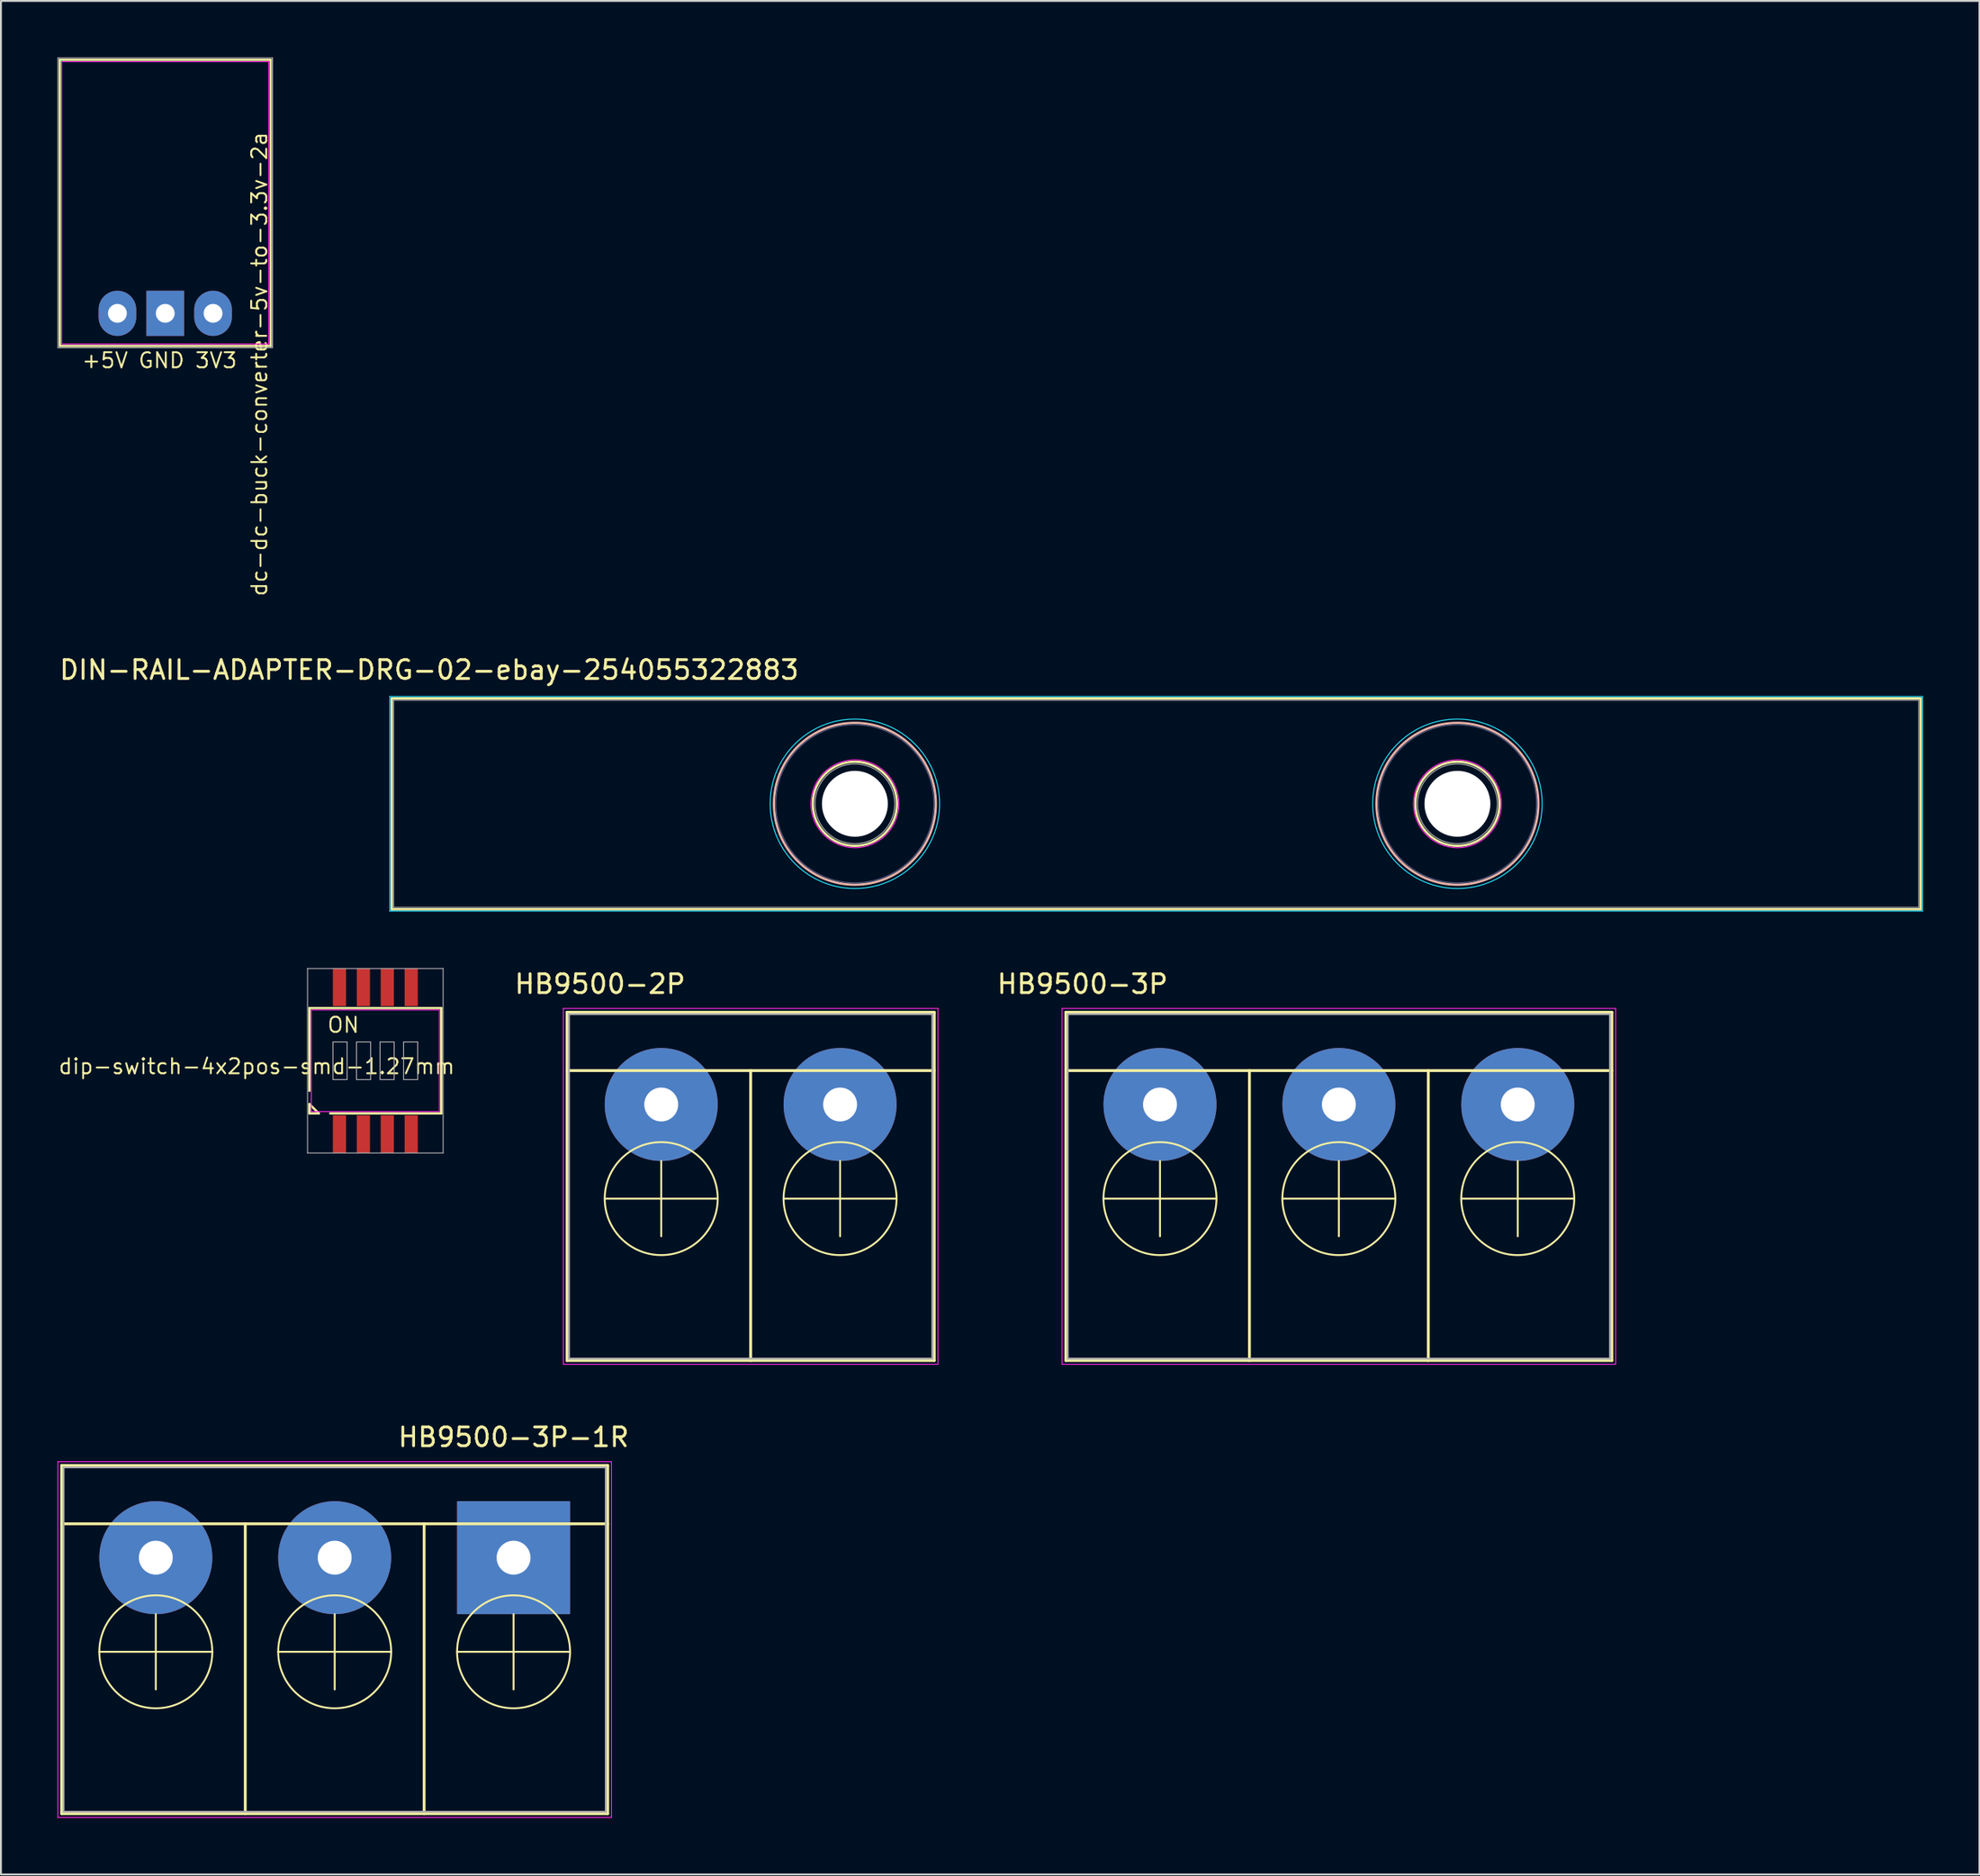
<source format=kicad_pcb>
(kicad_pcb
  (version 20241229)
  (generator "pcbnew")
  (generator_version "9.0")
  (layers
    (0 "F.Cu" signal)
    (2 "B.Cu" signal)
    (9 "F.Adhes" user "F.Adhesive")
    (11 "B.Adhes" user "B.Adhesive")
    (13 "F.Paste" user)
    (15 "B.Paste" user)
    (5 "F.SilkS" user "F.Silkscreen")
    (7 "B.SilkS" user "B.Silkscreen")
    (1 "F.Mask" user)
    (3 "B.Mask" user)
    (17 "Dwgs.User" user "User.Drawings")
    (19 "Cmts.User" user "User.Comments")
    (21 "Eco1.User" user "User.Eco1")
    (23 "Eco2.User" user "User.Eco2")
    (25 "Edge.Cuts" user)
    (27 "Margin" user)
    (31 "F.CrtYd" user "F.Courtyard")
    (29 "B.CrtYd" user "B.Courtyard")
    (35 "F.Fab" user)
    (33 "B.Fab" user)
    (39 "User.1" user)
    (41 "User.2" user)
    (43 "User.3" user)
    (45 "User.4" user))
  (footprint "DIN-RAIL-ADAPTER-DRG-02-ebay-254055322883"
    (layer "F.Cu")
    (at 58.352 39.649)
    (property "Reference" "DIN-RAIL-ADAPTER-DRG-02-ebay-254055322883" (at -38.608 -7.112 0) (layer "F.SilkS") (effects (font (size 1 1) (thickness 0.15))))
    (attr through_hole)
    (fp_line (start -40.6 -5.6) (end 40.6 -5.6) (stroke (width 0.12) (type solid)) (layer "F.SilkS"))
    (fp_line (start -40.6 5.6) (end -40.6 -5.6) (stroke (width 0.12) (type solid)) (layer "F.SilkS"))
    (fp_line (start 40.6 -5.6) (end 40.6 5.6) (stroke (width 0.12) (type solid)) (layer "F.SilkS"))
    (fp_line (start 40.6 5.6) (end -40.6 5.6) (stroke (width 0.12) (type solid)) (layer "F.SilkS"))
    (fp_circle (center -16 0) (end -13.764 0) (stroke (width 0.12) (type solid)) (fill no) (layer "F.SilkS"))
    (fp_circle (center 16 0) (end 18.236 0) (stroke (width 0.12) (type solid)) (fill no) (layer "F.SilkS"))
    (fp_circle (center -16 0) (end -11.7 0) (stroke (width 0.12) (type solid)) (fill no) (layer "B.SilkS"))
    (fp_circle (center 16 0) (end 20.3 0) (stroke (width 0.12) (type solid)) (fill no) (layer "B.SilkS"))
    (fp_line (start -40.7 -5.7) (end 40.7 -5.7) (stroke (width 0.05) (type solid)) (layer "B.CrtYd"))
    (fp_line (start -40.7 5.7) (end -40.7 -5.7) (stroke (width 0.05) (type solid)) (layer "B.CrtYd"))
    (fp_line (start 40.7 -5.7) (end 40.7 5.7) (stroke (width 0.05) (type solid)) (layer "B.CrtYd"))
    (fp_line (start 40.7 5.7) (end -40.7 5.7) (stroke (width 0.05) (type solid)) (layer "B.CrtYd"))
    (fp_circle (center -16 0) (end -11.5 0) (stroke (width 0.05) (type solid)) (fill no) (layer "B.CrtYd"))
    (fp_circle (center 16 0) (end 20.5 0) (stroke (width 0.05) (type solid)) (fill no) (layer "B.CrtYd"))
    (fp_circle (center -16 0) (end -18.3 -0.4) (stroke (width 0.05) (type solid)) (fill no) (layer "F.CrtYd"))
    (fp_circle (center 16 0) (end 13.7 -0.4) (stroke (width 0.05) (type solid)) (fill no) (layer "F.CrtYd"))
    (fp_circle (center -16 0) (end -11.8 0) (stroke (width 0.05) (type solid)) (fill no) (layer "B.Fab"))
    (fp_circle (center 16 0) (end 20.2 0) (stroke (width 0.05) (type solid)) (fill no) (layer "B.Fab"))
    (fp_line (start -40.5 -5.5) (end 40.5 -5.5) (stroke (width 0.05) (type solid)) (layer "F.Fab"))
    (fp_line (start -40.5 5.5) (end -40.5 -5.5) (stroke (width 0.05) (type solid)) (layer "F.Fab"))
    (fp_line (start 40.5 -5.5) (end 40.5 5.5) (stroke (width 0.05) (type solid)) (layer "F.Fab"))
    (fp_line (start 40.5 5.5) (end -40.5 5.5) (stroke (width 0.05) (type solid)) (layer "F.Fab"))
    (fp_circle (center -16 0) (end -18 -0.7) (stroke (width 0.05) (type solid)) (fill no) (layer "F.Fab"))
    (fp_circle (center 16 0) (end 14 -0.7) (stroke (width 0.05) (type solid)) (fill no) (layer "F.Fab"))
    (pad "" np_thru_hole circle (at -16 0) (size 3.5 3.5) (drill 3.5) (layers "*.Cu" "*.Mask"))
    (pad "" np_thru_hole circle (at 16 0) (size 3.5 3.5) (drill 3.5) (layers "*.Cu" "*.Mask")))
  (footprint "HB9500-2P"
    (layer "F.Cu")
    (at 32.067 55.623)
    (property "Reference" "HB9500-2P" (at -3.25 -6.401 0) (layer "F.SilkS") (effects (font (size 1 1) (thickness 0.15))))
    (attr through_hole)
    (fp_line (start -5 -4.9) (end 14.5 -4.9) (stroke (width 0.15) (type solid)) (layer "F.SilkS"))
    (fp_line (start -5 -1.8) (end 14.5 -1.8) (stroke (width 0.15) (type solid)) (layer "F.SilkS"))
    (fp_line (start -5 13.6) (end -5 -4.9) (stroke (width 0.15) (type solid)) (layer "F.SilkS"))
    (fp_line (start -5 13.6) (end 14.5 13.6) (stroke (width 0.15) (type solid)) (layer "F.SilkS"))
    (fp_line (start -3 5) (end 3 5) (stroke (width 0.1) (type solid)) (layer "F.SilkS"))
    (fp_line (start 0 7) (end 0 3) (stroke (width 0.1) (type solid)) (layer "F.SilkS"))
    (fp_line (start 4.75 -1.8) (end 4.75 13.6) (stroke (width 0.15) (type solid)) (layer "F.SilkS"))
    (fp_line (start 6.5 5) (end 12.5 5) (stroke (width 0.1) (type solid)) (layer "F.SilkS"))
    (fp_line (start 9.5 7) (end 9.5 3) (stroke (width 0.1) (type solid)) (layer "F.SilkS"))
    (fp_line (start 14.5 13.6) (end 14.5 -4.9) (stroke (width 0.15) (type solid)) (layer "F.SilkS"))
    (fp_circle (center 0 5) (end 3 5) (stroke (width 0.1) (type solid)) (fill no) (layer "F.SilkS"))
    (fp_circle (center 9.5 5) (end 12.5 5) (stroke (width 0.1) (type solid)) (fill no) (layer "F.SilkS"))
    (fp_line (start -5.2 -5.1) (end -5.2 13.8) (stroke (width 0.05) (type solid)) (layer "F.CrtYd"))
    (fp_line (start -5.2 -5.1) (end 14.7 -5.1) (stroke (width 0.05) (type solid)) (layer "F.CrtYd"))
    (fp_line (start -5.2 13.8) (end 14.7 13.8) (stroke (width 0.05) (type solid)) (layer "F.CrtYd"))
    (fp_line (start 14.7 -5.1) (end 14.7 13.8) (stroke (width 0.05) (type solid)) (layer "F.CrtYd"))
    (fp_line (start -4.9 -4.8) (end -4.9 13.5) (stroke (width 0.1) (type solid)) (layer "F.Fab"))
    (fp_line (start -4.9 -4.8) (end 14.4 -4.8) (stroke (width 0.1) (type solid)) (layer "F.Fab"))
    (fp_line (start -4.9 13.5) (end 14.4 13.5) (stroke (width 0.1) (type solid)) (layer "F.Fab"))
    (fp_line (start 14.4 -4.8) (end 14.4 13.5) (stroke (width 0.1) (type solid)) (layer "F.Fab"))
    (pad "1" thru_hole circle (at 0 0) (size 6 6) (drill 1.8) (layers "*.Cu" "*.Mask"))
    (pad "2" thru_hole circle (at 9.5 0) (size 6 6) (drill 1.8) (layers "*.Cu" "*.Mask")))
  (footprint "HB9500-3P"
    (layer "F.Cu")
    (at 68.056 55.623)
    (property "Reference" "HB9500-3P" (at -13.614 -6.401 0) (layer "F.SilkS") (effects (font (size 1 1) (thickness 0.15))))
    (attr through_hole)
    (fp_line (start -14.5 -4.9) (end 14.5 -4.9) (stroke (width 0.15) (type solid)) (layer "F.SilkS"))
    (fp_line (start -14.5 -1.8) (end 14.5 -1.8) (stroke (width 0.15) (type solid)) (layer "F.SilkS"))
    (fp_line (start -14.5 13.6) (end -14.5 -4.9) (stroke (width 0.15) (type solid)) (layer "F.SilkS"))
    (fp_line (start -14.5 13.6) (end 14.5 13.6) (stroke (width 0.15) (type solid)) (layer "F.SilkS"))
    (fp_line (start -12.5 5) (end -6.5 5) (stroke (width 0.1) (type solid)) (layer "F.SilkS"))
    (fp_line (start -9.5 7) (end -9.5 3) (stroke (width 0.1) (type solid)) (layer "F.SilkS"))
    (fp_line (start -4.75 -1.8) (end -4.75 13.6) (stroke (width 0.15) (type solid)) (layer "F.SilkS"))
    (fp_line (start -3 5) (end 3 5) (stroke (width 0.1) (type solid)) (layer "F.SilkS"))
    (fp_line (start 0 7) (end 0 3) (stroke (width 0.1) (type solid)) (layer "F.SilkS"))
    (fp_line (start 4.75 -1.8) (end 4.75 13.6) (stroke (width 0.15) (type solid)) (layer "F.SilkS"))
    (fp_line (start 6.5 5) (end 12.5 5) (stroke (width 0.1) (type solid)) (layer "F.SilkS"))
    (fp_line (start 9.5 7) (end 9.5 3) (stroke (width 0.1) (type solid)) (layer "F.SilkS"))
    (fp_line (start 14.5 13.6) (end 14.5 -4.9) (stroke (width 0.15) (type solid)) (layer "F.SilkS"))
    (fp_circle (center -9.5 5) (end -6.5 5) (stroke (width 0.1) (type solid)) (fill no) (layer "F.SilkS"))
    (fp_circle (center 0 5) (end 3 5) (stroke (width 0.1) (type solid)) (fill no) (layer "F.SilkS"))
    (fp_circle (center 9.5 5) (end 12.5 5) (stroke (width 0.1) (type solid)) (fill no) (layer "F.SilkS"))
    (fp_line (start -14.7 -5.1) (end -14.7 13.8) (stroke (width 0.05) (type solid)) (layer "F.CrtYd"))
    (fp_line (start -14.7 -5.1) (end 14.7 -5.1) (stroke (width 0.05) (type solid)) (layer "F.CrtYd"))
    (fp_line (start -14.7 13.8) (end 14.7 13.8) (stroke (width 0.05) (type solid)) (layer "F.CrtYd"))
    (fp_line (start 14.7 -5.1) (end 14.7 13.8) (stroke (width 0.05) (type solid)) (layer "F.CrtYd"))
    (fp_line (start -14.4 -4.8) (end -14.4 13.5) (stroke (width 0.1) (type solid)) (layer "F.Fab"))
    (fp_line (start -14.4 -4.8) (end 14.4 -4.8) (stroke (width 0.1) (type solid)) (layer "F.Fab"))
    (fp_line (start -14.4 13.5) (end 14.4 13.5) (stroke (width 0.1) (type solid)) (layer "F.Fab"))
    (fp_line (start 14.4 -4.8) (end 14.4 13.5) (stroke (width 0.1) (type solid)) (layer "F.Fab"))
    (pad "1" thru_hole circle (at -9.5 0) (size 6 6) (drill 1.8) (layers "*.Cu" "*.Mask"))
    (pad "2" thru_hole circle (at 0 0) (size 6 6) (drill 1.8) (layers "*.Cu" "*.Mask"))
    (pad "3" thru_hole circle (at 9.5 0) (size 6 6) (drill 1.8) (layers "*.Cu" "*.Mask")))
  (footprint "HB9500-3P-1R"
    (layer "F.Cu")
    (at 24.225 79.697)
    (property "Reference" "HB9500-3P-1R" (at 0 -6.401 0) (layer "F.SilkS") (effects (font (size 1 1) (thickness 0.15))))
    (attr through_hole)
    (fp_line (start -24 -4.9) (end 5 -4.9) (stroke (width 0.15) (type solid)) (layer "F.SilkS"))
    (fp_line (start -24 -1.8) (end 5 -1.8) (stroke (width 0.15) (type solid)) (layer "F.SilkS"))
    (fp_line (start -24 13.6) (end -24 -4.9) (stroke (width 0.15) (type solid)) (layer "F.SilkS"))
    (fp_line (start -24 13.6) (end 5 13.6) (stroke (width 0.15) (type solid)) (layer "F.SilkS"))
    (fp_line (start -22 5) (end -16 5) (stroke (width 0.1) (type solid)) (layer "F.SilkS"))
    (fp_line (start -19 7) (end -19 3) (stroke (width 0.1) (type solid)) (layer "F.SilkS"))
    (fp_line (start -14.25 -1.8) (end -14.25 13.6) (stroke (width 0.15) (type solid)) (layer "F.SilkS"))
    (fp_line (start -12.5 5) (end -6.5 5) (stroke (width 0.1) (type solid)) (layer "F.SilkS"))
    (fp_line (start -9.5 7) (end -9.5 3) (stroke (width 0.1) (type solid)) (layer "F.SilkS"))
    (fp_line (start -4.75 -1.8) (end -4.75 13.6) (stroke (width 0.15) (type solid)) (layer "F.SilkS"))
    (fp_line (start -3 5) (end 3 5) (stroke (width 0.1) (type solid)) (layer "F.SilkS"))
    (fp_line (start 0 7) (end 0 3) (stroke (width 0.1) (type solid)) (layer "F.SilkS"))
    (fp_line (start 5 13.6) (end 5 -4.9) (stroke (width 0.15) (type solid)) (layer "F.SilkS"))
    (fp_circle (center -19 5) (end -16 5) (stroke (width 0.1) (type solid)) (fill no) (layer "F.SilkS"))
    (fp_circle (center -9.5 5) (end -6.5 5) (stroke (width 0.1) (type solid)) (fill no) (layer "F.SilkS"))
    (fp_circle (center 0 5) (end 3 5) (stroke (width 0.1) (type solid)) (fill no) (layer "F.SilkS"))
    (fp_line (start -24.2 -5.1) (end -24.2 13.8) (stroke (width 0.05) (type solid)) (layer "F.CrtYd"))
    (fp_line (start -24.2 -5.1) (end 5.2 -5.1) (stroke (width 0.05) (type solid)) (layer "F.CrtYd"))
    (fp_line (start -24.2 13.8) (end 5.2 13.8) (stroke (width 0.05) (type solid)) (layer "F.CrtYd"))
    (fp_line (start 5.2 -5.1) (end 5.2 13.8) (stroke (width 0.05) (type solid)) (layer "F.CrtYd"))
    (fp_line (start -23.9 -4.8) (end -23.9 13.5) (stroke (width 0.1) (type solid)) (layer "F.Fab"))
    (fp_line (start -23.9 -4.8) (end 4.9 -4.8) (stroke (width 0.1) (type solid)) (layer "F.Fab"))
    (fp_line (start -23.9 13.5) (end 4.9 13.5) (stroke (width 0.1) (type solid)) (layer "F.Fab"))
    (fp_line (start 4.9 -4.8) (end 4.9 13.5) (stroke (width 0.1) (type solid)) (layer "F.Fab"))
    (pad "1" thru_hole rect (at 0 0) (size 6 6) (drill 1.8) (layers "*.Cu" "*.Mask"))
    (pad "2" thru_hole circle (at -9.5 0) (size 6 6) (drill 1.8) (layers "*.Cu" "*.Mask"))
    (pad "3" thru_hole circle (at -19 0) (size 6 6) (drill 1.8) (layers "*.Cu" "*.Mask")))
  (footprint "dc-dc-buck-converter-5v-to-3.3v-2a"
    (layer "F.Cu")
    (at 5.725 13.595)
    (property "Reference" "dc-dc-buck-converter-5v-to-3.3v-2a" (at 5 2.7 270) (layer "F.SilkS") (effects (font (size 0.8 0.8) (thickness 0.1))))
    (attr through_hole)
    (fp_line (start -5.6 -13.47) (end 5.6 -13.47) (stroke (width 0.12) (type solid)) (layer "F.SilkS"))
    (fp_line (start -5.6 1.73) (end -5.6 -13.47) (stroke (width 0.12) (type solid)) (layer "F.SilkS"))
    (fp_line (start 5.6 -13.47) (end 5.6 1.73) (stroke (width 0.12) (type solid)) (layer "F.SilkS"))
    (fp_line (start 5.6 1.73) (end -5.6 1.73) (stroke (width 0.12) (type solid)) (layer "F.SilkS"))
    (fp_line (start -5.5 -13.37) (end 5.5 -13.37) (stroke (width 0.05) (type solid)) (layer "F.CrtYd"))
    (fp_line (start -5.5 1.63) (end -5.5 -13.37) (stroke (width 0.05) (type solid)) (layer "F.CrtYd"))
    (fp_line (start 5.5 -13.37) (end 5.5 1.63) (stroke (width 0.05) (type solid)) (layer "F.CrtYd"))
    (fp_line (start 5.5 1.63) (end -5.5 1.63) (stroke (width 0.05) (type solid)) (layer "F.CrtYd"))
    (fp_line (start -5.7 -13.57) (end 5.7 -13.57) (stroke (width 0.05) (type solid)) (layer "F.Fab"))
    (fp_line (start -5.7 1.83) (end -5.7 -13.57) (stroke (width 0.05) (type solid)) (layer "F.Fab"))
    (fp_line (start 5.7 -13.57) (end 5.7 1.83) (stroke (width 0.05) (type solid)) (layer "F.Fab"))
    (fp_line (start 5.7 1.83) (end -5.7 1.83) (stroke (width 0.05) (type solid)) (layer "F.Fab"))
    (fp_text user "+5V" (at -3.2 2.5 180) (layer "F.SilkS") (effects (font (size 0.8 0.8) (thickness 0.1))))
    (fp_text user "3V3" (at 2.7 2.5 180) (layer "F.SilkS") (effects (font (size 0.8 0.8) (thickness 0.1))))
    (fp_text user "GND" (at -0.2 2.5 180) (layer "F.SilkS") (effects (font (size 0.8 0.8) (thickness 0.1))))
    (pad "1" thru_hole oval (at -2.54 0) (size 2 2.4) (drill 1) (layers "*.Cu" "*.Mask"))
    (pad "2" thru_hole rect (at 0 0) (size 2 2.4) (drill 1) (layers "*.Cu" "*.Mask"))
    (pad "3" thru_hole oval (at 2.54 0) (size 2 2.4) (drill 1) (layers "*.Cu" "*.Mask")))
  (footprint "dip-switch-4x2pos-smd-1.27mm"
    (layer "F.Cu")
    (at 16.884 53.299)
    (property "Reference" "dip-switch-4x2pos-smd-1.27mm" (at -6.3 0.3 0) (layer "F.SilkS") (effects (font (size 0.8 0.8) (thickness 0.1))))
    (attr through_hole)
    (fp_line (start -3.5 -2.8) (end 3.5 -2.8) (stroke (width 0.12) (type solid)) (layer "F.SilkS"))
    (fp_line (start -3.5 1.6) (end -3.5 -2.8) (stroke (width 0.12) (type solid)) (layer "F.SilkS"))
    (fp_line (start -3.5 2.8) (end -3.5 2.3) (stroke (width 0.12) (type solid)) (layer "F.SilkS"))
    (fp_line (start -3 2.8) (end -3.5 2.3) (stroke (width 0.12) (type solid)) (layer "F.SilkS"))
    (fp_line (start -3 2.8) (end -3.5 2.8) (stroke (width 0.12) (type solid)) (layer "F.SilkS"))
    (fp_line (start 3.5 -2.8) (end 3.5 2.8) (stroke (width 0.12) (type solid)) (layer "F.SilkS"))
    (fp_line (start 3.5 2.8) (end -2.4 2.8) (stroke (width 0.12) (type solid)) (layer "F.SilkS"))
    (fp_line (start -3.4 -2.7) (end 3.4 -2.7) (stroke (width 0.05) (type solid)) (layer "F.CrtYd"))
    (fp_line (start -3.4 2.7) (end -3.4 -2.7) (stroke (width 0.05) (type solid)) (layer "F.CrtYd"))
    (fp_line (start 3.4 -2.7) (end 3.4 2.7) (stroke (width 0.05) (type solid)) (layer "F.CrtYd"))
    (fp_line (start 3.4 2.7) (end -3.4 2.7) (stroke (width 0.05) (type solid)) (layer "F.CrtYd"))
    (fp_line (start -3.6 -4.9) (end 3.6 -4.9) (stroke (width 0.05) (type solid)) (layer "F.Fab"))
    (fp_line (start -3.6 4.9) (end -3.6 -4.9) (stroke (width 0.05) (type solid)) (layer "F.Fab"))
    (fp_line (start -2.25 -1) (end -1.5 -1) (stroke (width 0.05) (type solid)) (layer "F.Fab"))
    (fp_line (start -2.25 1) (end -2.25 -1) (stroke (width 0.05) (type solid)) (layer "F.Fab"))
    (fp_line (start -1.5 -1) (end -1.5 1) (stroke (width 0.05) (type solid)) (layer "F.Fab"))
    (fp_line (start -1.5 1) (end -2.25 1) (stroke (width 0.05) (type solid)) (layer "F.Fab"))
    (fp_line (start -1 -1) (end -0.25 -1) (stroke (width 0.05) (type solid)) (layer "F.Fab"))
    (fp_line (start -1 1) (end -1 -1) (stroke (width 0.05) (type solid)) (layer "F.Fab"))
    (fp_line (start -0.25 -1) (end -0.25 1) (stroke (width 0.05) (type solid)) (layer "F.Fab"))
    (fp_line (start -0.25 1) (end -1 1) (stroke (width 0.05) (type solid)) (layer "F.Fab"))
    (fp_line (start 0.25 -1) (end 0.25 1) (stroke (width 0.05) (type solid)) (layer "F.Fab"))
    (fp_line (start 0.25 1) (end 1 1) (stroke (width 0.05) (type solid)) (layer "F.Fab"))
    (fp_line (start 1 -1) (end 0.25 -1) (stroke (width 0.05) (type solid)) (layer "F.Fab"))
    (fp_line (start 1 1) (end 1 -1) (stroke (width 0.05) (type solid)) (layer "F.Fab"))
    (fp_line (start 1.5 -1) (end 1.5 1) (stroke (width 0.05) (type solid)) (layer "F.Fab"))
    (fp_line (start 1.5 1) (end 2.25 1) (stroke (width 0.05) (type solid)) (layer "F.Fab"))
    (fp_line (start 2.25 -1) (end 1.5 -1) (stroke (width 0.05) (type solid)) (layer "F.Fab"))
    (fp_line (start 2.25 1) (end 2.25 -1) (stroke (width 0.05) (type solid)) (layer "F.Fab"))
    (fp_line (start 3.6 -4.9) (end 3.6 4.9) (stroke (width 0.05) (type solid)) (layer "F.Fab"))
    (fp_line (start 3.6 4.9) (end -3.6 4.9) (stroke (width 0.05) (type solid)) (layer "F.Fab"))
    (fp_text user "ON" (at -1.7 -1.9 0) (layer "F.SilkS") (effects (font (size 0.8 0.8) (thickness 0.1))))
    (pad "1" smd rect (at -1.905 3.9) (size 0.7 2) (layers "F.Cu" "F.Mask" "F.Paste"))
    (pad "2" smd rect (at -1.905 -3.9) (size 0.7 2) (layers "F.Cu" "F.Mask" "F.Paste"))
    (pad "3" smd rect (at -0.635 3.9) (size 0.7 2) (layers "F.Cu" "F.Mask" "F.Paste"))
    (pad "4" smd rect (at -0.635 -3.9) (size 0.7 2) (layers "F.Cu" "F.Mask" "F.Paste"))
    (pad "5" smd rect (at 0.635 3.9) (size 0.7 2) (layers "F.Cu" "F.Mask" "F.Paste"))
    (pad "6" smd rect (at 0.635 -3.9) (size 0.7 2) (layers "F.Cu" "F.Mask" "F.Paste"))
    (pad "7" smd rect (at 1.905 3.9) (size 0.7 2) (layers "F.Cu" "F.Mask" "F.Paste"))
    (pad "8" smd rect (at 1.905 -3.9) (size 0.7 2) (layers "F.Cu" "F.Mask" "F.Paste")))
  (gr_rect
    (start -3 -3)
    (end 102.077 96.522)
    (stroke (width 0.1) (type default))
    (fill no)
    (layer "Edge.Cuts")))
</source>
